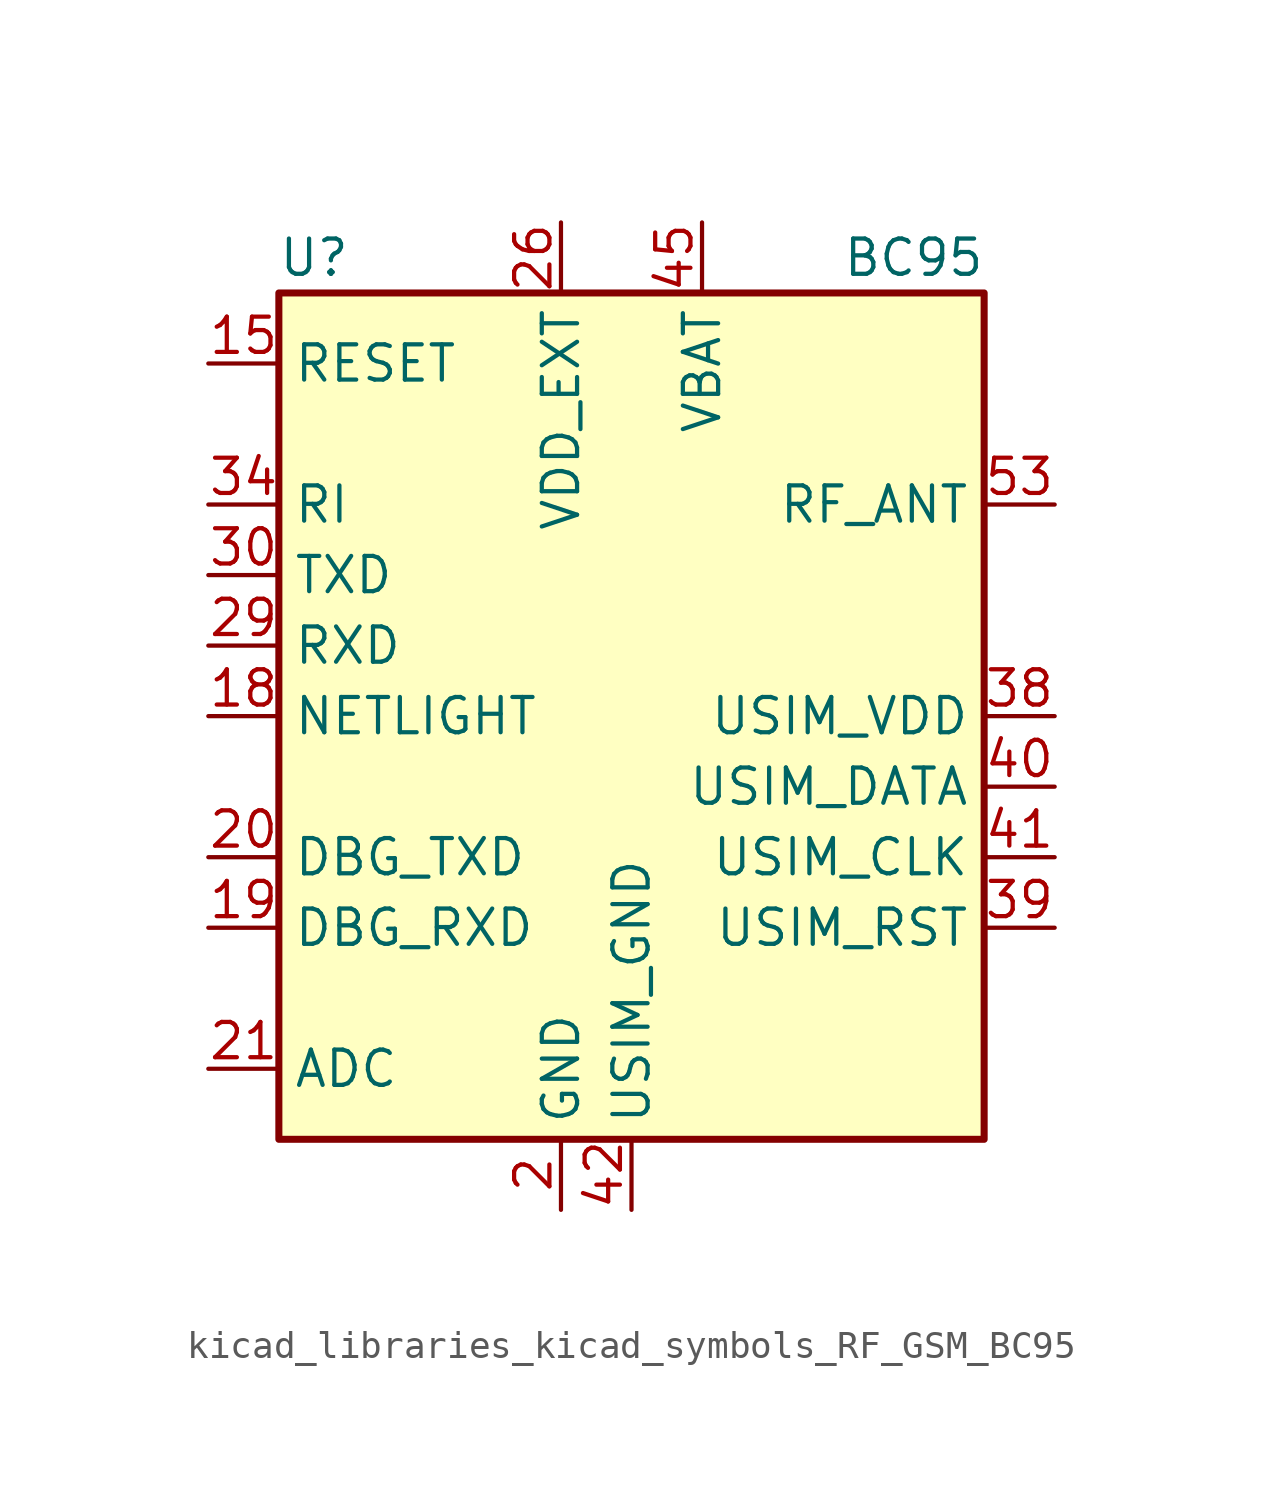
<source format=kicad_sym>
(kicad_symbol_lib
  (version 20220914)
  (generator kicad_symbol_editor)
  (symbol "kicad_libraries_kicad_symbols_RF_GSM_BC95"
    (property "Reference" "U"
      (at -11.43 16.51 0)
      (effects (font (size 1.27 1.27))))
    (property "Value" "BC95"
      (at 10.16 16.51 0)
      (effects (font (size 1.27 1.27))))
    (symbol "kicad_libraries_kicad_symbols_RF_GSM_BC95_0_1"
      (rectangle (start -12.7 15.24) (end 12.7 -15.24) (stroke (width 0.254) (type default)) (fill (type background))))
    (symbol "kicad_libraries_kicad_symbols_RF_GSM_BC95_1_1"
      (pin input line (at -15.24 12.7 0) (length 2.54) (name "RESET" (effects (font (size 1.27 1.27)))) (number "15" (effects (font (size 1.27 1.27)))))
      (pin output line (at -15.24 0 0) (length 2.54) (name "NETLIGHT" (effects (font (size 1.27 1.27)))) (number "18" (effects (font (size 1.27 1.27)))))
      (pin input line (at -15.24 -7.62 0) (length 2.54) (name "DBG_RXD" (effects (font (size 1.27 1.27)))) (number "19" (effects (font (size 1.27 1.27)))))
      (pin power_in line (at -2.54 -17.78 90) (length 2.54) (name "GND" (effects (font (size 1.27 1.27)))) (number "2" (effects (font (size 1.27 1.27)))))
      (pin output line (at -15.24 -5.08 0) (length 2.54) (name "DBG_TXD" (effects (font (size 1.27 1.27)))) (number "20" (effects (font (size 1.27 1.27)))))
      (pin input line (at -15.24 -12.7 0) (length 2.54) (name "ADC" (effects (font (size 1.27 1.27)))) (number "21" (effects (font (size 1.27 1.27)))))
      (pin power_out line (at -2.54 17.78 270) (length 2.54) (name "VDD_EXT" (effects (font (size 1.27 1.27)))) (number "26" (effects (font (size 1.27 1.27)))))
      (pin input line (at -15.24 2.54 0) (length 2.54) (name "RXD" (effects (font (size 1.27 1.27)))) (number "29" (effects (font (size 1.27 1.27)))))
      (pin output line (at -15.24 5.08 0) (length 2.54) (name "TXD" (effects (font (size 1.27 1.27)))) (number "30" (effects (font (size 1.27 1.27)))))
      (pin output line (at -15.24 7.62 0) (length 2.54) (name "RI" (effects (font (size 1.27 1.27)))) (number "34" (effects (font (size 1.27 1.27)))))
      (pin power_out line (at 15.24 0 180) (length 2.54) (name "USIM_VDD" (effects (font (size 1.27 1.27)))) (number "38" (effects (font (size 1.27 1.27)))))
      (pin output line (at 15.24 -7.62 180) (length 2.54) (name "USIM_RST" (effects (font (size 1.27 1.27)))) (number "39" (effects (font (size 1.27 1.27)))))
      (pin bidirectional line (at 15.24 -2.54 180) (length 2.54) (name "USIM_DATA" (effects (font (size 1.27 1.27)))) (number "40" (effects (font (size 1.27 1.27)))))
      (pin output line (at 15.24 -5.08 180) (length 2.54) (name "USIM_CLK" (effects (font (size 1.27 1.27)))) (number "41" (effects (font (size 1.27 1.27)))))
      (pin power_in line (at 0 -17.78 90) (length 2.54) (name "USIM_GND" (effects (font (size 1.27 1.27)))) (number "42" (effects (font (size 1.27 1.27)))))
      (pin passive line (at -2.54 -17.78 90) (length 2.54) hide (name "GND" (effects (font (size 1.27 1.27)))) (number "43" (effects (font (size 1.27 1.27)))))
      (pin power_in line (at 2.54 17.78 270) (length 2.54) (name "VBAT" (effects (font (size 1.27 1.27)))) (number "45" (effects (font (size 1.27 1.27)))))
      (pin passive line (at 2.54 17.78 270) (length 2.54) hide (name "VBAT" (effects (font (size 1.27 1.27)))) (number "46" (effects (font (size 1.27 1.27)))))
      (pin passive line (at -2.54 -17.78 90) (length 2.54) hide (name "GND" (effects (font (size 1.27 1.27)))) (number "47" (effects (font (size 1.27 1.27)))))
      (pin passive line (at -2.54 -17.78 90) (length 2.54) hide (name "GND" (effects (font (size 1.27 1.27)))) (number "48" (effects (font (size 1.27 1.27)))))
      (pin passive line (at -2.54 -17.78 90) (length 2.54) hide (name "GND" (effects (font (size 1.27 1.27)))) (number "51" (effects (font (size 1.27 1.27)))))
      (pin passive line (at -2.54 -17.78 90) (length 2.54) hide (name "GND" (effects (font (size 1.27 1.27)))) (number "52" (effects (font (size 1.27 1.27)))))
      (pin passive line (at 15.24 7.62 180) (length 2.54) (name "RF_ANT" (effects (font (size 1.27 1.27)))) (number "53" (effects (font (size 1.27 1.27)))))
      (pin passive line (at -2.54 -17.78 90) (length 2.54) hide (name "GND" (effects (font (size 1.27 1.27)))) (number "54" (effects (font (size 1.27 1.27)))))
      (pin passive line (at -2.54 -17.78 90) (length 2.54) hide (name "GND" (effects (font (size 1.27 1.27)))) (number "59" (effects (font (size 1.27 1.27)))))
      (pin passive line (at -2.54 -17.78 90) (length 2.54) hide (name "GND" (effects (font (size 1.27 1.27)))) (number "60" (effects (font (size 1.27 1.27)))))
      (pin passive line (at -2.54 -17.78 90) (length 2.54) hide (name "GND" (effects (font (size 1.27 1.27)))) (number "61" (effects (font (size 1.27 1.27)))))
      (pin passive line (at -2.54 -17.78 90) (length 2.54) hide (name "GND" (effects (font (size 1.27 1.27)))) (number "62" (effects (font (size 1.27 1.27)))))
      (pin passive line (at -2.54 -17.78 90) (length 2.54) hide (name "GND" (effects (font (size 1.27 1.27)))) (number "63" (effects (font (size 1.27 1.27)))))
      (pin passive line (at -2.54 -17.78 90) (length 2.54) hide (name "GND" (effects (font (size 1.27 1.27)))) (number "64" (effects (font (size 1.27 1.27)))))
      (pin passive line (at -2.54 -17.78 90) (length 2.54) hide (name "GND" (effects (font (size 1.27 1.27)))) (number "65" (effects (font (size 1.27 1.27)))))
      (pin passive line (at -2.54 -17.78 90) (length 2.54) hide (name "GND" (effects (font (size 1.27 1.27)))) (number "66" (effects (font (size 1.27 1.27)))))
      (pin passive line (at -2.54 -17.78 90) (length 2.54) hide (name "GND" (effects (font (size 1.27 1.27)))) (number "71" (effects (font (size 1.27 1.27)))))
      (pin passive line (at -2.54 -17.78 90) (length 2.54) hide (name "GND" (effects (font (size 1.27 1.27)))) (number "72" (effects (font (size 1.27 1.27)))))
      (pin passive line (at -2.54 -17.78 90) (length 2.54) hide (name "GND" (effects (font (size 1.27 1.27)))) (number "73" (effects (font (size 1.27 1.27)))))
      (pin passive line (at -2.54 -17.78 90) (length 2.54) hide (name "GND" (effects (font (size 1.27 1.27)))) (number "74" (effects (font (size 1.27 1.27)))))
      (pin passive line (at -2.54 -17.78 90) (length 2.54) hide (name "GND" (effects (font (size 1.27 1.27)))) (number "81" (effects (font (size 1.27 1.27)))))
      (pin passive line (at -2.54 -17.78 90) (length 2.54) hide (name "GND" (effects (font (size 1.27 1.27)))) (number "82" (effects (font (size 1.27 1.27)))))
      (pin passive line (at -2.54 -17.78 90) (length 2.54) hide (name "GND" (effects (font (size 1.27 1.27)))) (number "83" (effects (font (size 1.27 1.27)))))
      (pin passive line (at -2.54 -17.78 90) (length 2.54) hide (name "GND" (effects (font (size 1.27 1.27)))) (number "92" (effects (font (size 1.27 1.27)))))
      (pin passive line (at -2.54 -17.78 90) (length 2.54) hide (name "GND" (effects (font (size 1.27 1.27)))) (number "93" (effects (font (size 1.27 1.27)))))
      (pin passive line (at -2.54 -17.78 90) (length 2.54) hide (name "GND" (effects (font (size 1.27 1.27)))) (number "94" (effects (font (size 1.27 1.27))))))))
</source>
